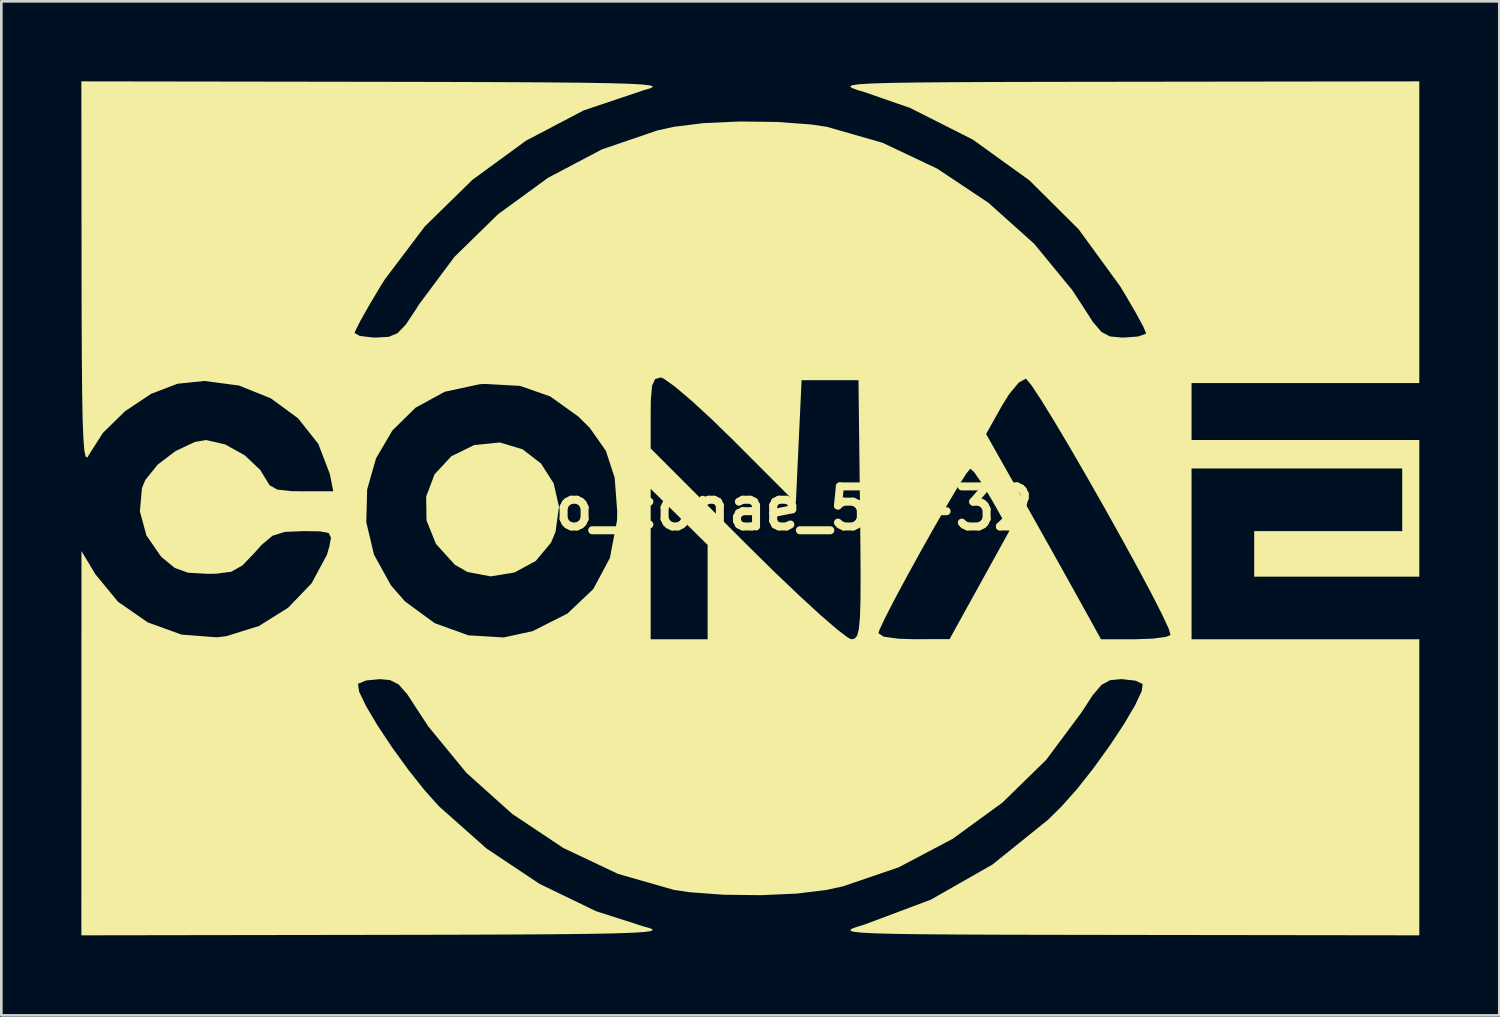
<source format=kicad_pcb>
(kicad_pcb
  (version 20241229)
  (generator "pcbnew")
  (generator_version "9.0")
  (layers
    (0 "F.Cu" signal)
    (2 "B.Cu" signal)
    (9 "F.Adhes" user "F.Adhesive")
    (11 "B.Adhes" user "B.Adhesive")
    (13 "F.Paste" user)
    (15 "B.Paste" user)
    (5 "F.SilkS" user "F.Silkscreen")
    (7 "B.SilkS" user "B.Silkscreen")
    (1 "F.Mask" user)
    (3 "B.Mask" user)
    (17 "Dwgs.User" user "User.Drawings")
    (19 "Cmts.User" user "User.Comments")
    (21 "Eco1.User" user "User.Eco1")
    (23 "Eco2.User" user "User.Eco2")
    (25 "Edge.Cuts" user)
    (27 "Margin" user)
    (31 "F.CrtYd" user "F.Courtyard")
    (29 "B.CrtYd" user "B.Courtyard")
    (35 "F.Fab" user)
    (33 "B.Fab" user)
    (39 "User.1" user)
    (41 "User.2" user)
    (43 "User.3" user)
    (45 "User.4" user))
  (footprint "logo_conae_50-32"
    (layer "F.Cu")
    (at 24.973 16.008)
    (property "Reference" "logo_conae_50-32" (at 0 0 0) (layer "F.SilkS") (effects (font (size 1.5 1.5) (thickness 0.3))))
    (attr board_only exclude_from_pos_files exclude_from_bom)
    (fp_poly (pts (xy -8.433 -2.215) (xy -7.741 -1.68) (xy -7.266 -0.937) (xy -7.066 -0.058) (xy -7.197 0.884) (xy -7.367 1.288) (xy -7.938 1.973) (xy -8.734 2.404) (xy -9.629 2.551) (xy -10.499 2.386) (xy -10.968 2.116) (xy -11.678 1.335) (xy -12.033 0.454) (xy -12.046 -0.443) (xy -11.732 -1.274) (xy -11.104 -1.952) (xy -10.245 -2.373) (xy -9.287 -2.47)) (stroke (width 0) (type solid)) (fill yes) (layer "F.SilkS"))
    (fp_poly (pts (xy 25.187 -10.352) (xy 25.187 -4.696) (xy 20.918 -4.696) (xy 16.649 -4.696) (xy 16.649 -3.629) (xy 16.649 -2.561) (xy 20.918 -2.561) (xy 25.187 -2.561) (xy 25.187 0) (xy 25.187 2.561) (xy 22.092 2.561) (xy 18.997 2.561) (xy 18.997 1.708) (xy 18.997 0.854) (xy 21.771 0.854) (xy 24.546 0.854) (xy 24.546 -0.32) (xy 24.546 -1.494) (xy 20.597 -1.494) (xy 16.649 -1.494) (xy 16.649 1.708) (xy 16.649 4.909) (xy 20.918 4.909) (xy 25.187 4.909) (xy 25.187 10.459) (xy 25.187 16.008) (xy 14.141 15.993) (xy 11.692 15.989) (xy 9.64 15.985) (xy 7.955 15.978) (xy 6.606 15.968) (xy 5.564 15.954) (xy 4.797 15.934) (xy 4.276 15.907) (xy 3.971 15.872) (xy 3.852 15.828) (xy 3.888 15.774) (xy 4.049 15.708) (xy 4.306 15.629) (xy 4.376 15.609) (xy 6.88 14.668) (xy 9.184 13.354) (xy 11.261 11.682) (xy 11.778 11.172) (xy 12.36 10.519) (xy 12.977 9.736) (xy 13.58 8.899) (xy 14.116 8.088) (xy 14.534 7.378) (xy 14.782 6.849) (xy 14.815 6.585) (xy 14.544 6.46) (xy 14.04 6.404) (xy 13.998 6.403) (xy 13.594 6.443) (xy 13.274 6.617) (xy 12.94 7.008) (xy 12.53 7.641) (xy 11.201 9.427) (xy 9.56 11.03) (xy 7.69 12.392) (xy 5.671 13.457) (xy 3.584 14.17) (xy 2.973 14.304) (xy 1.857 14.442) (xy 0.506 14.503) (xy -0.898 14.486) (xy -2.169 14.392) (xy -2.759 14.304) (xy -4.852 13.705) (xy -6.899 12.736) (xy -8.821 11.455) (xy -10.536 9.917) (xy -11.965 8.178) (xy -12.317 7.641) (xy -12.752 6.973) (xy -13.081 6.6) (xy -13.404 6.437) (xy -13.785 6.403) (xy -14.299 6.453) (xy -14.593 6.574) (xy -14.601 6.585) (xy -14.559 6.874) (xy -14.299 7.416) (xy -13.873 8.134) (xy -13.332 8.949) (xy -12.727 9.785) (xy -12.11 10.563) (xy -11.565 11.172) (xy -9.782 12.754) (xy -7.785 14.084) (xy -5.675 15.104) (xy -3.883 15.678) (xy -3.648 15.743) (xy -3.546 15.799) (xy -3.606 15.845) (xy -3.856 15.882) (xy -4.325 15.912) (xy -5.042 15.936) (xy -6.037 15.954) (xy -7.337 15.968) (xy -8.973 15.978) (xy -10.973 15.985) (xy -13.366 15.99) (xy -13.821 15.991) (xy -24.973 16.008) (xy -24.971 8.805) (xy -24.969 1.601) (xy -24.446 2.473) (xy -23.596 3.504) (xy -22.486 4.274) (xy -21.22 4.733) (xy -19.9 4.835) (xy -19.539 4.793) (xy -18.317 4.412) (xy -17.22 3.725) (xy -16.341 2.81) (xy -15.769 1.748) (xy -15.678 1.441) (xy -15.614 1.1) (xy -15.7 0.926) (xy -16.031 0.862) (xy -16.656 0.854) (xy -17.351 0.883) (xy -17.807 1.027) (xy -18.212 1.367) (xy -18.469 1.654) (xy -18.933 2.139) (xy -19.349 2.375) (xy -19.913 2.45) (xy -20.249 2.455) (xy -20.97 2.413) (xy -21.467 2.236) (xy -21.94 1.85) (xy -21.997 1.794) (xy -22.535 1.013) (xy -22.669 0.518) (xy -14.291 0.518) (xy -14.001 1.738) (xy -13.366 2.888) (xy -12.835 3.494) (xy -11.724 4.306) (xy -10.462 4.761) (xy -9.139 4.84) (xy -8.057 4.605) (xy -6.75 3.945) (xy -5.78 3.026) (xy -5.28 2.089) (xy -3.629 2.089) (xy -3.629 4.909) (xy -2.561 4.909) (xy -1.494 4.909) (xy -1.494 3.14) (xy -1.494 1.371) (xy -2.561 0.32) (xy -3.629 -0.731) (xy -3.629 2.089) (xy -5.28 2.089) (xy -5.158 1.861) (xy -4.892 0.464) (xy -4.883 0.114) (xy -4.98 -1.153) (xy -5.308 -2.156) (xy -5.916 -3.022) (xy -6.343 -3.443) (xy -6.531 -3.577) (xy -3.629 -3.577) (xy -3.629 -2.246) (xy -0.056 1.332) (xy 0.967 2.341) (xy 1.909 3.24) (xy 2.721 3.986) (xy 3.358 4.537) (xy 3.772 4.852) (xy 3.897 4.909) (xy 4.019 4.884) (xy 4.111 4.776) (xy 4.135 4.682) (xy 4.909 4.682) (xy 5.109 4.811) (xy 5.658 4.888) (xy 6.243 4.906) (xy 7.577 4.902) (xy 8.698 2.874) (xy 9.818 0.846) (xy 9.157 -0.324) (xy 8.794 -0.93) (xy 8.502 -1.352) (xy 8.357 -1.489) (xy 8.21 -1.311) (xy 7.905 -0.832) (xy 7.486 -0.128) (xy 6.995 0.724) (xy 6.475 1.649) (xy 5.968 2.571) (xy 5.516 3.412) (xy 5.163 4.097) (xy 4.951 4.549) (xy 4.909 4.682) (xy 4.135 4.682) (xy 4.175 4.532) (xy 4.216 4.103) (xy 4.237 3.435) (xy 4.241 2.48) (xy 4.232 1.184) (xy 4.22 0.053) (xy 4.186 -2.787) (xy 8.947 -2.787) (xy 10.304 -0.38) (xy 10.911 0.698) (xy 11.529 1.8) (xy 12.081 2.79) (xy 12.458 3.468) (xy 13.255 4.909) (xy 14.512 4.909) (xy 15.2 4.884) (xy 15.693 4.819) (xy 15.861 4.749) (xy 15.793 4.513) (xy 15.541 3.971) (xy 15.139 3.184) (xy 14.622 2.214) (xy 14.023 1.121) (xy 13.377 -0.035) (xy 12.719 -1.191) (xy 12.084 -2.287) (xy 11.504 -3.262) (xy 11.016 -4.055) (xy 10.653 -4.606) (xy 10.45 -4.853) (xy 10.434 -4.86) (xy 10.174 -4.719) (xy 9.816 -4.289) (xy 9.543 -3.852) (xy 8.947 -2.787) (xy 4.186 -2.787) (xy 4.162 -4.803) (xy 3.095 -4.803) (xy 2.028 -4.803) (xy 1.921 -2.503) (xy 1.814 -0.204) (xy -0.534 -2.555) (xy -1.366 -3.365) (xy -2.119 -4.055) (xy -2.73 -4.572) (xy -3.139 -4.863) (xy -3.255 -4.907) (xy -3.463 -4.846) (xy -3.577 -4.597) (xy -3.623 -4.07) (xy -3.629 -3.577) (xy -6.531 -3.577) (xy -7.394 -4.196) (xy -8.526 -4.591) (xy -9.855 -4.665) (xy -10.035 -4.654) (xy -11.347 -4.372) (xy -12.447 -3.771) (xy -13.314 -2.917) (xy -13.925 -1.875) (xy -14.258 -0.708) (xy -14.291 0.518) (xy -22.669 0.518) (xy -22.779 0.114) (xy -22.701 -0.759) (xy -22.577 -1.061) (xy -22.114 -1.637) (xy -21.44 -2.149) (xy -20.722 -2.487) (xy -20.299 -2.561) (xy -19.582 -2.397) (xy -18.844 -1.985) (xy -18.266 -1.439) (xy -18.104 -1.174) (xy -17.913 -0.862) (xy -17.622 -0.702) (xy -17.102 -0.645) (xy -16.695 -0.64) (xy -15.528 -0.64) (xy -15.657 -1.286) (xy -16.089 -2.418) (xy -16.852 -3.379) (xy -17.868 -4.123) (xy -19.062 -4.604) (xy -20.357 -4.776) (xy -21.369 -4.671) (xy -22.357 -4.293) (xy -23.335 -3.642) (xy -24.164 -2.83) (xy -24.676 -2.028) (xy -24.752 -1.905) (xy -24.813 -1.943) (xy -24.861 -2.176) (xy -24.898 -2.64) (xy -24.926 -3.369) (xy -24.944 -4.4) (xy -24.956 -5.766) (xy -24.963 -7.503) (xy -24.965 -8.698) (xy -24.973 -16.008) (xy -13.821 -15.991) (xy -11.357 -15.986) (xy -9.292 -15.979) (xy -7.595 -15.97) (xy -6.239 -15.957) (xy -5.193 -15.94) (xy -4.43 -15.917) (xy -3.92 -15.888) (xy -3.635 -15.852) (xy -3.544 -15.807) (xy -3.621 -15.754) (xy -3.834 -15.69) (xy -3.883 -15.678) (xy -6.139 -14.92) (xy -8.303 -13.784) (xy -10.309 -12.319) (xy -12.094 -10.572) (xy -13.591 -8.591) (xy -13.753 -8.334) (xy -14.191 -7.6) (xy -14.527 -7.003) (xy -14.71 -6.635) (xy -14.728 -6.573) (xy -14.539 -6.465) (xy -14.069 -6.407) (xy -13.904 -6.403) (xy -13.449 -6.43) (xy -13.119 -6.565) (xy -12.808 -6.89) (xy -12.412 -7.487) (xy -12.317 -7.641) (xy -10.987 -9.427) (xy -9.347 -11.03) (xy -7.477 -12.392) (xy -5.458 -13.457) (xy -3.371 -14.17) (xy -2.759 -14.304) (xy -1.644 -14.442) (xy -0.292 -14.503) (xy 1.111 -14.486) (xy 2.383 -14.392) (xy 2.973 -14.304) (xy 5.065 -13.705) (xy 7.112 -12.736) (xy 9.034 -11.455) (xy 10.75 -9.917) (xy 12.179 -8.178) (xy 12.53 -7.641) (xy 12.955 -6.981) (xy 13.274 -6.61) (xy 13.592 -6.445) (xy 14.015 -6.404) (xy 14.118 -6.403) (xy 14.641 -6.442) (xy 14.925 -6.539) (xy 14.941 -6.573) (xy 14.836 -6.821) (xy 14.556 -7.336) (xy 14.153 -8.026) (xy 13.966 -8.334) (xy 12.418 -10.459) (xy 10.567 -12.299) (xy 8.449 -13.824) (xy 6.104 -15.008) (xy 4.376 -15.609) (xy 4.102 -15.691) (xy 3.916 -15.76) (xy 3.848 -15.817) (xy 3.928 -15.863) (xy 4.187 -15.9) (xy 4.655 -15.928) (xy 5.362 -15.95) (xy 6.338 -15.965) (xy 7.613 -15.976) (xy 9.217 -15.984) (xy 11.181 -15.989) (xy 13.535 -15.992) (xy 14.141 -15.993) (xy 25.187 -16.008)) (stroke (width 0) (type solid)) (fill yes) (layer "F.SilkS")))
  (gr_rect
    (start -3 -3)
    (end 53.16 35.017)
    (stroke (width 0.1) (type default))
    (fill no)
    (layer "Edge.Cuts")))
</source>
